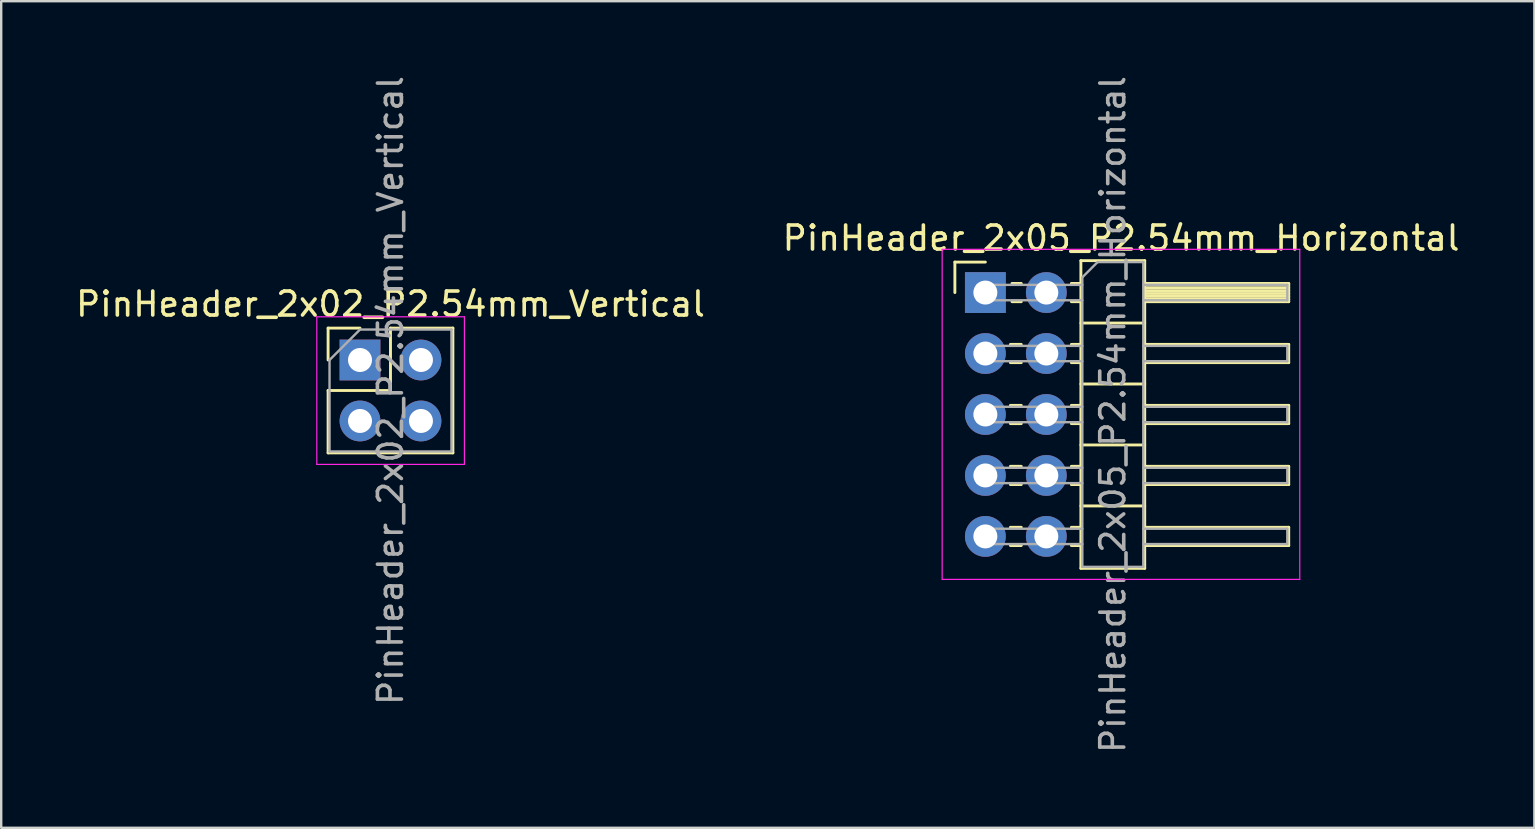
<source format=kicad_pcb>
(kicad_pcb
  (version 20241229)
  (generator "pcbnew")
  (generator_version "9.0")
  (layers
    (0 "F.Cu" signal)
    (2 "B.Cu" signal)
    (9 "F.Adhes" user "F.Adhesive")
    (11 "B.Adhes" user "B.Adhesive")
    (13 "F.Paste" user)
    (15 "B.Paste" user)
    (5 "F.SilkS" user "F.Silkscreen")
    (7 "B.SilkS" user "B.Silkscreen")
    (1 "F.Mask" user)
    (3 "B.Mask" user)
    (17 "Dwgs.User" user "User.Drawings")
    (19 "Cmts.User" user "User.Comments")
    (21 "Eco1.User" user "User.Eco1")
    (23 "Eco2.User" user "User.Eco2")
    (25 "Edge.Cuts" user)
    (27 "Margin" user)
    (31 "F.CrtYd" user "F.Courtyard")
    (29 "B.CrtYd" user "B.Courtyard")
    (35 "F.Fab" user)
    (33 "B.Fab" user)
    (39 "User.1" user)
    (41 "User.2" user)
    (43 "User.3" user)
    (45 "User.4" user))
  (footprint "PinHeader_2x02_P2.54mm_Vertical"
    (layer "F.Cu")
    (at 11.95 11.95)
    (property "Reference" "PinHeader_2x02_P2.54mm_Vertical" (at 1.27 -2.33 0) (layer "F.SilkS") (effects (font (size 1 1) (thickness 0.15))))
    (attr through_hole)
    (fp_line (start -1.33 -1.33) (end 0 -1.33) (stroke (width 0.12) (type solid)) (layer "F.SilkS"))
    (fp_line (start -1.33 0) (end -1.33 -1.33) (stroke (width 0.12) (type solid)) (layer "F.SilkS"))
    (fp_line (start -1.33 1.27) (end -1.33 3.87) (stroke (width 0.12) (type solid)) (layer "F.SilkS"))
    (fp_line (start -1.33 1.27) (end 1.27 1.27) (stroke (width 0.12) (type solid)) (layer "F.SilkS"))
    (fp_line (start -1.33 3.87) (end 3.87 3.87) (stroke (width 0.12) (type solid)) (layer "F.SilkS"))
    (fp_line (start 1.27 -1.33) (end 3.87 -1.33) (stroke (width 0.12) (type solid)) (layer "F.SilkS"))
    (fp_line (start 1.27 1.27) (end 1.27 -1.33) (stroke (width 0.12) (type solid)) (layer "F.SilkS"))
    (fp_line (start 3.87 -1.33) (end 3.87 3.87) (stroke (width 0.12) (type solid)) (layer "F.SilkS"))
    (fp_line (start -1.8 -1.8) (end -1.8 4.35) (stroke (width 0.05) (type solid)) (layer "F.CrtYd"))
    (fp_line (start -1.8 4.35) (end 4.35 4.35) (stroke (width 0.05) (type solid)) (layer "F.CrtYd"))
    (fp_line (start 4.35 -1.8) (end -1.8 -1.8) (stroke (width 0.05) (type solid)) (layer "F.CrtYd"))
    (fp_line (start 4.35 4.35) (end 4.35 -1.8) (stroke (width 0.05) (type solid)) (layer "F.CrtYd"))
    (fp_line (start -1.27 0) (end 0 -1.27) (stroke (width 0.1) (type solid)) (layer "F.Fab"))
    (fp_line (start -1.27 3.81) (end -1.27 0) (stroke (width 0.1) (type solid)) (layer "F.Fab"))
    (fp_line (start 0 -1.27) (end 3.81 -1.27) (stroke (width 0.1) (type solid)) (layer "F.Fab"))
    (fp_line (start 3.81 -1.27) (end 3.81 3.81) (stroke (width 0.1) (type solid)) (layer "F.Fab"))
    (fp_line (start 3.81 3.81) (end -1.27 3.81) (stroke (width 0.1) (type solid)) (layer "F.Fab"))
    (fp_text user "${REFERENCE}" (at 1.27 1.27 90) (layer "F.Fab") (effects (font (size 1 1) (thickness 0.15))))
    (pad "1" thru_hole rect (at 0 0) (size 1.7 1.7) (drill 1) (layers "*.Cu" "*.Mask"))
    (pad "2" thru_hole oval (at 2.54 0) (size 1.7 1.7) (drill 1) (layers "*.Cu" "*.Mask"))
    (pad "3" thru_hole oval (at 0 2.54) (size 1.7 1.7) (drill 1) (layers "*.Cu" "*.Mask"))
    (pad "4" thru_hole oval (at 2.54 2.54) (size 1.7 1.7) (drill 1) (layers "*.Cu" "*.Mask")))
  (footprint "PinHeader_2x05_P2.54mm_Horizontal"
    (layer "F.Cu")
    (at 38.006 9.14)
    (property "Reference" "PinHeader_2x05_P2.54mm_Horizontal" (at 5.655 -2.27 0) (layer "F.SilkS") (effects (font (size 1 1) (thickness 0.15))))
    (attr through_hole)
    (fp_line (start -1.27 -1.27) (end 0 -1.27) (stroke (width 0.12) (type solid)) (layer "F.SilkS"))
    (fp_line (start -1.27 0) (end -1.27 -1.27) (stroke (width 0.12) (type solid)) (layer "F.SilkS"))
    (fp_line (start 1.043 2.16) (end 1.497 2.16) (stroke (width 0.12) (type solid)) (layer "F.SilkS"))
    (fp_line (start 1.043 2.92) (end 1.497 2.92) (stroke (width 0.12) (type solid)) (layer "F.SilkS"))
    (fp_line (start 1.043 4.7) (end 1.497 4.7) (stroke (width 0.12) (type solid)) (layer "F.SilkS"))
    (fp_line (start 1.043 5.46) (end 1.497 5.46) (stroke (width 0.12) (type solid)) (layer "F.SilkS"))
    (fp_line (start 1.043 7.24) (end 1.497 7.24) (stroke (width 0.12) (type solid)) (layer "F.SilkS"))
    (fp_line (start 1.043 8) (end 1.497 8) (stroke (width 0.12) (type solid)) (layer "F.SilkS"))
    (fp_line (start 1.043 9.78) (end 1.497 9.78) (stroke (width 0.12) (type solid)) (layer "F.SilkS"))
    (fp_line (start 1.043 10.54) (end 1.497 10.54) (stroke (width 0.12) (type solid)) (layer "F.SilkS"))
    (fp_line (start 1.11 -0.38) (end 1.497 -0.38) (stroke (width 0.12) (type solid)) (layer "F.SilkS"))
    (fp_line (start 1.11 0.38) (end 1.497 0.38) (stroke (width 0.12) (type solid)) (layer "F.SilkS"))
    (fp_line (start 3.583 -0.38) (end 3.98 -0.38) (stroke (width 0.12) (type solid)) (layer "F.SilkS"))
    (fp_line (start 3.583 0.38) (end 3.98 0.38) (stroke (width 0.12) (type solid)) (layer "F.SilkS"))
    (fp_line (start 3.583 2.16) (end 3.98 2.16) (stroke (width 0.12) (type solid)) (layer "F.SilkS"))
    (fp_line (start 3.583 2.92) (end 3.98 2.92) (stroke (width 0.12) (type solid)) (layer "F.SilkS"))
    (fp_line (start 3.583 4.7) (end 3.98 4.7) (stroke (width 0.12) (type solid)) (layer "F.SilkS"))
    (fp_line (start 3.583 5.46) (end 3.98 5.46) (stroke (width 0.12) (type solid)) (layer "F.SilkS"))
    (fp_line (start 3.583 7.24) (end 3.98 7.24) (stroke (width 0.12) (type solid)) (layer "F.SilkS"))
    (fp_line (start 3.583 8) (end 3.98 8) (stroke (width 0.12) (type solid)) (layer "F.SilkS"))
    (fp_line (start 3.583 9.78) (end 3.98 9.78) (stroke (width 0.12) (type solid)) (layer "F.SilkS"))
    (fp_line (start 3.583 10.54) (end 3.98 10.54) (stroke (width 0.12) (type solid)) (layer "F.SilkS"))
    (fp_line (start 3.98 -1.33) (end 3.98 11.49) (stroke (width 0.12) (type solid)) (layer "F.SilkS"))
    (fp_line (start 3.98 1.27) (end 6.64 1.27) (stroke (width 0.12) (type solid)) (layer "F.SilkS"))
    (fp_line (start 3.98 3.81) (end 6.64 3.81) (stroke (width 0.12) (type solid)) (layer "F.SilkS"))
    (fp_line (start 3.98 6.35) (end 6.64 6.35) (stroke (width 0.12) (type solid)) (layer "F.SilkS"))
    (fp_line (start 3.98 8.89) (end 6.64 8.89) (stroke (width 0.12) (type solid)) (layer "F.SilkS"))
    (fp_line (start 3.98 11.49) (end 6.64 11.49) (stroke (width 0.12) (type solid)) (layer "F.SilkS"))
    (fp_line (start 6.64 -1.33) (end 3.98 -1.33) (stroke (width 0.12) (type solid)) (layer "F.SilkS"))
    (fp_line (start 6.64 -0.38) (end 12.64 -0.38) (stroke (width 0.12) (type solid)) (layer "F.SilkS"))
    (fp_line (start 6.64 -0.32) (end 12.64 -0.32) (stroke (width 0.12) (type solid)) (layer "F.SilkS"))
    (fp_line (start 6.64 -0.2) (end 12.64 -0.2) (stroke (width 0.12) (type solid)) (layer "F.SilkS"))
    (fp_line (start 6.64 -0.08) (end 12.64 -0.08) (stroke (width 0.12) (type solid)) (layer "F.SilkS"))
    (fp_line (start 6.64 0.04) (end 12.64 0.04) (stroke (width 0.12) (type solid)) (layer "F.SilkS"))
    (fp_line (start 6.64 0.16) (end 12.64 0.16) (stroke (width 0.12) (type solid)) (layer "F.SilkS"))
    (fp_line (start 6.64 0.28) (end 12.64 0.28) (stroke (width 0.12) (type solid)) (layer "F.SilkS"))
    (fp_line (start 6.64 2.16) (end 12.64 2.16) (stroke (width 0.12) (type solid)) (layer "F.SilkS"))
    (fp_line (start 6.64 4.7) (end 12.64 4.7) (stroke (width 0.12) (type solid)) (layer "F.SilkS"))
    (fp_line (start 6.64 7.24) (end 12.64 7.24) (stroke (width 0.12) (type solid)) (layer "F.SilkS"))
    (fp_line (start 6.64 9.78) (end 12.64 9.78) (stroke (width 0.12) (type solid)) (layer "F.SilkS"))
    (fp_line (start 6.64 11.49) (end 6.64 -1.33) (stroke (width 0.12) (type solid)) (layer "F.SilkS"))
    (fp_line (start 12.64 -0.38) (end 12.64 0.38) (stroke (width 0.12) (type solid)) (layer "F.SilkS"))
    (fp_line (start 12.64 0.38) (end 6.64 0.38) (stroke (width 0.12) (type solid)) (layer "F.SilkS"))
    (fp_line (start 12.64 2.16) (end 12.64 2.92) (stroke (width 0.12) (type solid)) (layer "F.SilkS"))
    (fp_line (start 12.64 2.92) (end 6.64 2.92) (stroke (width 0.12) (type solid)) (layer "F.SilkS"))
    (fp_line (start 12.64 4.7) (end 12.64 5.46) (stroke (width 0.12) (type solid)) (layer "F.SilkS"))
    (fp_line (start 12.64 5.46) (end 6.64 5.46) (stroke (width 0.12) (type solid)) (layer "F.SilkS"))
    (fp_line (start 12.64 7.24) (end 12.64 8) (stroke (width 0.12) (type solid)) (layer "F.SilkS"))
    (fp_line (start 12.64 8) (end 6.64 8) (stroke (width 0.12) (type solid)) (layer "F.SilkS"))
    (fp_line (start 12.64 9.78) (end 12.64 10.54) (stroke (width 0.12) (type solid)) (layer "F.SilkS"))
    (fp_line (start 12.64 10.54) (end 6.64 10.54) (stroke (width 0.12) (type solid)) (layer "F.SilkS"))
    (fp_line (start -1.8 -1.8) (end -1.8 11.95) (stroke (width 0.05) (type solid)) (layer "F.CrtYd"))
    (fp_line (start -1.8 11.95) (end 13.1 11.95) (stroke (width 0.05) (type solid)) (layer "F.CrtYd"))
    (fp_line (start 13.1 -1.8) (end -1.8 -1.8) (stroke (width 0.05) (type solid)) (layer "F.CrtYd"))
    (fp_line (start 13.1 11.95) (end 13.1 -1.8) (stroke (width 0.05) (type solid)) (layer "F.CrtYd"))
    (fp_line (start -0.32 -0.32) (end -0.32 0.32) (stroke (width 0.1) (type solid)) (layer "F.Fab"))
    (fp_line (start -0.32 -0.32) (end 4.04 -0.32) (stroke (width 0.1) (type solid)) (layer "F.Fab"))
    (fp_line (start -0.32 0.32) (end 4.04 0.32) (stroke (width 0.1) (type solid)) (layer "F.Fab"))
    (fp_line (start -0.32 2.22) (end -0.32 2.86) (stroke (width 0.1) (type solid)) (layer "F.Fab"))
    (fp_line (start -0.32 2.22) (end 4.04 2.22) (stroke (width 0.1) (type solid)) (layer "F.Fab"))
    (fp_line (start -0.32 2.86) (end 4.04 2.86) (stroke (width 0.1) (type solid)) (layer "F.Fab"))
    (fp_line (start -0.32 4.76) (end -0.32 5.4) (stroke (width 0.1) (type solid)) (layer "F.Fab"))
    (fp_line (start -0.32 4.76) (end 4.04 4.76) (stroke (width 0.1) (type solid)) (layer "F.Fab"))
    (fp_line (start -0.32 5.4) (end 4.04 5.4) (stroke (width 0.1) (type solid)) (layer "F.Fab"))
    (fp_line (start -0.32 7.3) (end -0.32 7.94) (stroke (width 0.1) (type solid)) (layer "F.Fab"))
    (fp_line (start -0.32 7.3) (end 4.04 7.3) (stroke (width 0.1) (type solid)) (layer "F.Fab"))
    (fp_line (start -0.32 7.94) (end 4.04 7.94) (stroke (width 0.1) (type solid)) (layer "F.Fab"))
    (fp_line (start -0.32 9.84) (end -0.32 10.48) (stroke (width 0.1) (type solid)) (layer "F.Fab"))
    (fp_line (start -0.32 9.84) (end 4.04 9.84) (stroke (width 0.1) (type solid)) (layer "F.Fab"))
    (fp_line (start -0.32 10.48) (end 4.04 10.48) (stroke (width 0.1) (type solid)) (layer "F.Fab"))
    (fp_line (start 4.04 -0.635) (end 4.675 -1.27) (stroke (width 0.1) (type solid)) (layer "F.Fab"))
    (fp_line (start 4.04 11.43) (end 4.04 -0.635) (stroke (width 0.1) (type solid)) (layer "F.Fab"))
    (fp_line (start 4.675 -1.27) (end 6.58 -1.27) (stroke (width 0.1) (type solid)) (layer "F.Fab"))
    (fp_line (start 6.58 -1.27) (end 6.58 11.43) (stroke (width 0.1) (type solid)) (layer "F.Fab"))
    (fp_line (start 6.58 -0.32) (end 12.58 -0.32) (stroke (width 0.1) (type solid)) (layer "F.Fab"))
    (fp_line (start 6.58 0.32) (end 12.58 0.32) (stroke (width 0.1) (type solid)) (layer "F.Fab"))
    (fp_line (start 6.58 2.22) (end 12.58 2.22) (stroke (width 0.1) (type solid)) (layer "F.Fab"))
    (fp_line (start 6.58 2.86) (end 12.58 2.86) (stroke (width 0.1) (type solid)) (layer "F.Fab"))
    (fp_line (start 6.58 4.76) (end 12.58 4.76) (stroke (width 0.1) (type solid)) (layer "F.Fab"))
    (fp_line (start 6.58 5.4) (end 12.58 5.4) (stroke (width 0.1) (type solid)) (layer "F.Fab"))
    (fp_line (start 6.58 7.3) (end 12.58 7.3) (stroke (width 0.1) (type solid)) (layer "F.Fab"))
    (fp_line (start 6.58 7.94) (end 12.58 7.94) (stroke (width 0.1) (type solid)) (layer "F.Fab"))
    (fp_line (start 6.58 9.84) (end 12.58 9.84) (stroke (width 0.1) (type solid)) (layer "F.Fab"))
    (fp_line (start 6.58 10.48) (end 12.58 10.48) (stroke (width 0.1) (type solid)) (layer "F.Fab"))
    (fp_line (start 6.58 11.43) (end 4.04 11.43) (stroke (width 0.1) (type solid)) (layer "F.Fab"))
    (fp_line (start 12.58 -0.32) (end 12.58 0.32) (stroke (width 0.1) (type solid)) (layer "F.Fab"))
    (fp_line (start 12.58 2.22) (end 12.58 2.86) (stroke (width 0.1) (type solid)) (layer "F.Fab"))
    (fp_line (start 12.58 4.76) (end 12.58 5.4) (stroke (width 0.1) (type solid)) (layer "F.Fab"))
    (fp_line (start 12.58 7.3) (end 12.58 7.94) (stroke (width 0.1) (type solid)) (layer "F.Fab"))
    (fp_line (start 12.58 9.84) (end 12.58 10.48) (stroke (width 0.1) (type solid)) (layer "F.Fab"))
    (fp_text user "${REFERENCE}" (at 5.31 5.08 90) (layer "F.Fab") (effects (font (size 1 1) (thickness 0.15))))
    (pad "1" thru_hole rect (at 0 0) (size 1.7 1.7) (drill 1) (layers "*.Cu" "*.Mask"))
    (pad "2" thru_hole oval (at 2.54 0) (size 1.7 1.7) (drill 1) (layers "*.Cu" "*.Mask"))
    (pad "3" thru_hole oval (at 0 2.54) (size 1.7 1.7) (drill 1) (layers "*.Cu" "*.Mask"))
    (pad "4" thru_hole oval (at 2.54 2.54) (size 1.7 1.7) (drill 1) (layers "*.Cu" "*.Mask"))
    (pad "5" thru_hole oval (at 0 5.08) (size 1.7 1.7) (drill 1) (layers "*.Cu" "*.Mask"))
    (pad "6" thru_hole oval (at 2.54 5.08) (size 1.7 1.7) (drill 1) (layers "*.Cu" "*.Mask"))
    (pad "7" thru_hole oval (at 0 7.62) (size 1.7 1.7) (drill 1) (layers "*.Cu" "*.Mask"))
    (pad "8" thru_hole oval (at 2.54 7.62) (size 1.7 1.7) (drill 1) (layers "*.Cu" "*.Mask"))
    (pad "9" thru_hole oval (at 0 10.16) (size 1.7 1.7) (drill 1) (layers "*.Cu" "*.Mask"))
    (pad "10" thru_hole oval (at 2.54 10.16) (size 1.7 1.7) (drill 1) (layers "*.Cu" "*.Mask")))
  (gr_rect
    (start -3 -3)
    (end 60.881 31.44)
    (stroke (width 0.1) (type default))
    (fill no)
    (layer "Edge.Cuts")))
</source>
